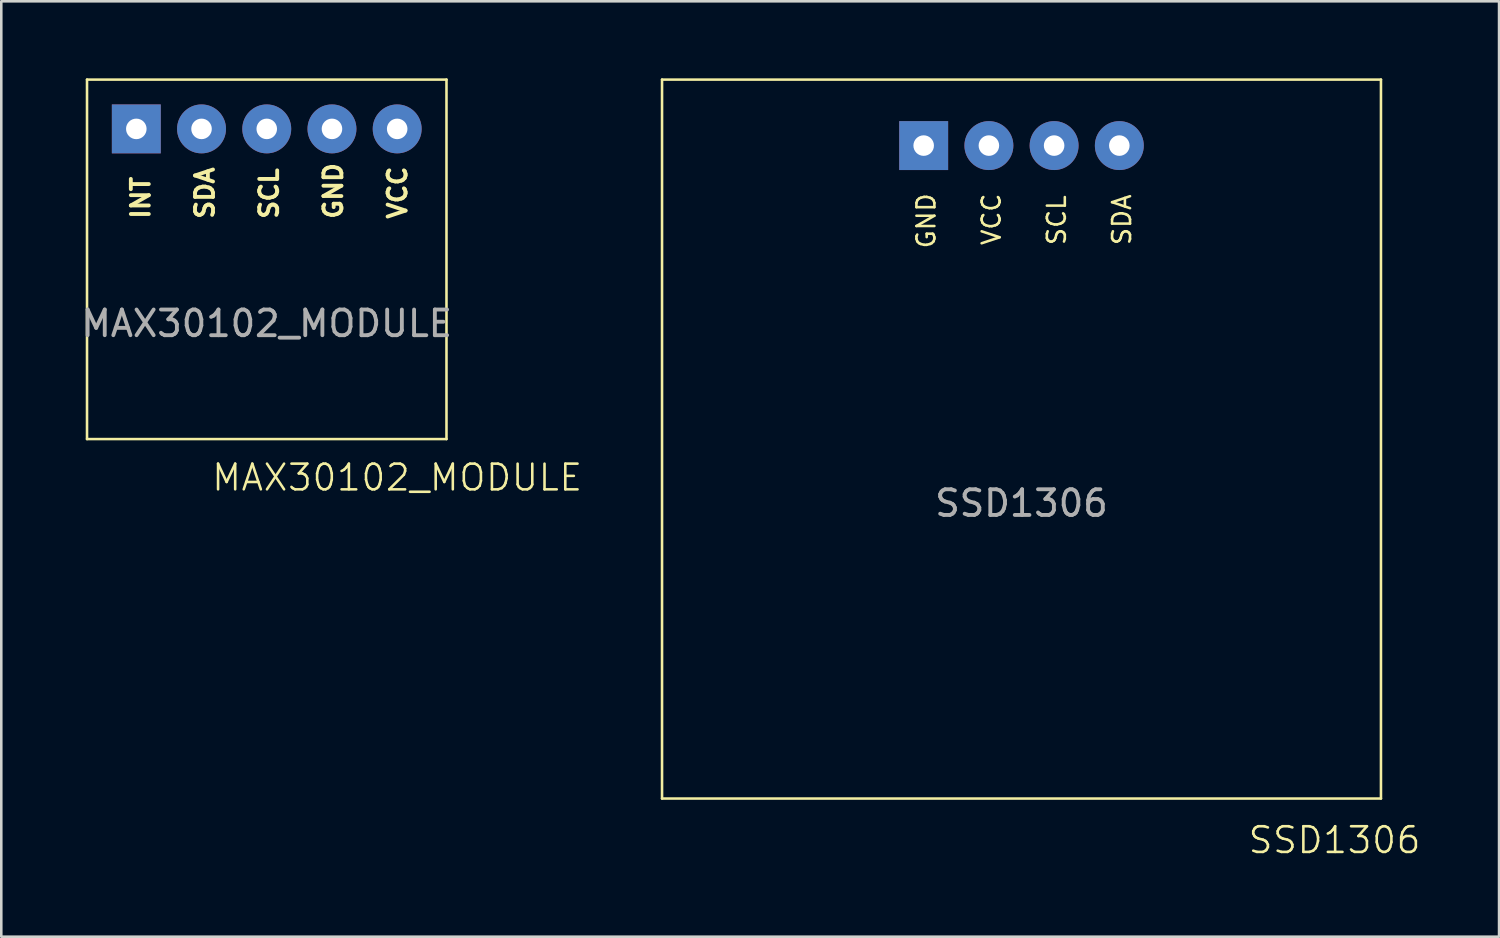
<source format=kicad_pcb>
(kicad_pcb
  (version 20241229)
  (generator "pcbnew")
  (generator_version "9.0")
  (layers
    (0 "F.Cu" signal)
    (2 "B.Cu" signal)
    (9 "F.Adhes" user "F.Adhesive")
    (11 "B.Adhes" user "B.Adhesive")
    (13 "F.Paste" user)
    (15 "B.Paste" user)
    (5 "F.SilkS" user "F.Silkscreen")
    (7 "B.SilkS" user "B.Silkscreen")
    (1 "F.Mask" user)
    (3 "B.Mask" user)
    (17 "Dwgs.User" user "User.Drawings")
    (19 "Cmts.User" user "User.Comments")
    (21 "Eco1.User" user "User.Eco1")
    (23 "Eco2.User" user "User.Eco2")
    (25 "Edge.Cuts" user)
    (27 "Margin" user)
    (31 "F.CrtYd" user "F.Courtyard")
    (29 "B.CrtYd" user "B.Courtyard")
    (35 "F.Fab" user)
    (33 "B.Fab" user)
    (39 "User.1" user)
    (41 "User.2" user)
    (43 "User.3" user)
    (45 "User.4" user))
  (footprint "SSD1306"
    (layer "F.Cu")
    (at 36.734 14.05)
    (property "Reference" "SSD1306" (at 12.192 15.621 0) (unlocked yes) (layer "F.SilkS") (effects (font (size 1 1) (thickness 0.1))))
    (attr smd)
    (fp_line (start -14 -14) (end 14 -14) (stroke (width 0.1) (type default)) (layer "F.SilkS"))
    (fp_line (start -14 14) (end -14 -14) (stroke (width 0.1) (type default)) (layer "F.SilkS"))
    (fp_line (start 14 -14) (end 14 14) (stroke (width 0.1) (type default)) (layer "F.SilkS"))
    (fp_line (start 14 14) (end -14 14) (stroke (width 0.1) (type default)) (layer "F.SilkS"))
    (fp_text user "VCC" (at -0.762 -7.493 90) (unlocked yes) (layer "F.SilkS") (effects (font (size 0.7 0.7) (thickness 0.1)) (justify left bottom)))
    (fp_text user "SDA" (at 4.318 -7.493 90) (unlocked yes) (layer "F.SilkS") (effects (font (size 0.7 0.7) (thickness 0.1)) (justify left bottom)))
    (fp_text user "GND" (at -3.302 -7.366 90) (unlocked yes) (layer "F.SilkS") (effects (font (size 0.7 0.7) (thickness 0.1)) (justify left bottom)))
    (fp_text user "SCL" (at 1.778 -7.493 90) (unlocked yes) (layer "F.SilkS") (effects (font (size 0.7 0.7) (thickness 0.1)) (justify left bottom)))
    (fp_text user "SSD1306" (at 0 2.5 0) (unlocked yes) (layer "F.Fab") (effects (font (size 1 1) (thickness 0.15))))
    (pad "1" thru_hole rect (at -3.81 -11.43) (size 1.905 1.905) (drill 0.8) (layers "*.Cu" "*.Mask"))
    (pad "2" thru_hole circle (at -1.27 -11.43) (size 1.905 1.905) (drill 0.8) (layers "*.Cu" "*.Mask"))
    (pad "3" thru_hole circle (at 1.27 -11.43) (size 1.905 1.905) (drill 0.8) (layers "*.Cu" "*.Mask"))
    (pad "4" thru_hole circle (at 3.81 -11.43) (size 1.905 1.905) (drill 0.8) (layers "*.Cu" "*.Mask"))
    (zone (net_name "") (layer "F.SilkS") (hatch edge 0.5) (connect_pads) (min_thickness 0.25) (filled_areas_thickness no) (keepout (tracks allowed) (vias allowed) (pads not_allowed) (copperpour allowed) (footprints not_allowed)) (placement (enabled no)) (fill) (polygon (pts (xy 22.734 0.05) (xy 50.734 0.05) (xy 50.734 28.05) (xy 22.734 28.05)))))
  (footprint "MAX30102_MODULE"
    (layer "F.Cu")
    (at 7.339 7.05)
    (property "Reference" "MAX30102_MODULE" (at 5.08 8.5 0) (unlocked yes) (layer "F.SilkS") (effects (font (size 1 1) (thickness 0.1))))
    (attr smd)
    (fp_line (start -7 -7) (end 7 -7) (stroke (width 0.1) (type default)) (layer "F.SilkS"))
    (fp_line (start -7 7) (end -7 -7) (stroke (width 0.1) (type default)) (layer "F.SilkS"))
    (fp_line (start 7 -7) (end 7 7) (stroke (width 0.1) (type default)) (layer "F.SilkS"))
    (fp_line (start 7 7) (end -7 7) (stroke (width 0.1) (type default)) (layer "F.SilkS"))
    (fp_text user "VCC" (at 5.5 -1.5 90) (unlocked yes) (layer "F.SilkS") (effects (font (size 0.7 0.7) (thickness 0.15)) (justify left bottom)))
    (fp_text user "INT" (at -4.5 -1.5 90) (unlocked yes) (layer "F.SilkS") (effects (font (size 0.7 0.7) (thickness 0.15)) (justify left bottom)))
    (fp_text user "SCL" (at 0.5 -1.5 90) (unlocked yes) (layer "F.SilkS") (effects (font (size 0.7 0.7) (thickness 0.15)) (justify left bottom)))
    (fp_text user "GND" (at 3 -1.5 90) (unlocked yes) (layer "F.SilkS") (effects (font (size 0.7 0.7) (thickness 0.15)) (justify left bottom)))
    (fp_text user "SDA" (at -2 -1.5 90) (unlocked yes) (layer "F.SilkS") (effects (font (size 0.7 0.7) (thickness 0.15)) (justify left bottom)))
    (fp_text user "MAX30102_MODULE" (at 0 2.5 0) (unlocked yes) (layer "F.Fab") (effects (font (size 1 1) (thickness 0.15))))
    (pad "1" thru_hole rect (at -5.08 -5.08) (size 1.905 1.905) (drill 0.8) (layers "*.Cu" "*.Mask"))
    (pad "2" thru_hole circle (at -2.54 -5.08) (size 1.905 1.905) (drill 0.8) (layers "*.Cu" "*.Mask"))
    (pad "3" thru_hole circle (at 0 -5.08 0.8) (size 1.905 1.905) (drill 0.8) (layers "*.Cu" "*.Mask"))
    (pad "4" thru_hole circle (at 2.54 -5.08 0.8) (size 1.905 1.905) (drill 0.8) (layers "*.Cu" "*.Mask"))
    (pad "5" thru_hole circle (at 5.08 -5.08) (size 1.905 1.905) (drill 0.8) (layers "*.Cu" "*.Mask"))
    (zone (net_name "") (layer "F.SilkS") (hatch edge 0.5) (connect_pads) (min_thickness 0.25) (filled_areas_thickness no) (keepout (tracks allowed) (vias allowed) (pads not_allowed) (copperpour allowed) (footprints not_allowed)) (placement (enabled no)) (fill) (polygon (pts (xy 0.339 0.05) (xy 14.339 0.05) (xy 14.339 14.05) (xy 0.339 14.05)))))
  (gr_rect
    (start -3 -3)
    (end 55.333 33.431)
    (stroke (width 0.1) (type default))
    (fill no)
    (layer "Edge.Cuts")))
</source>
